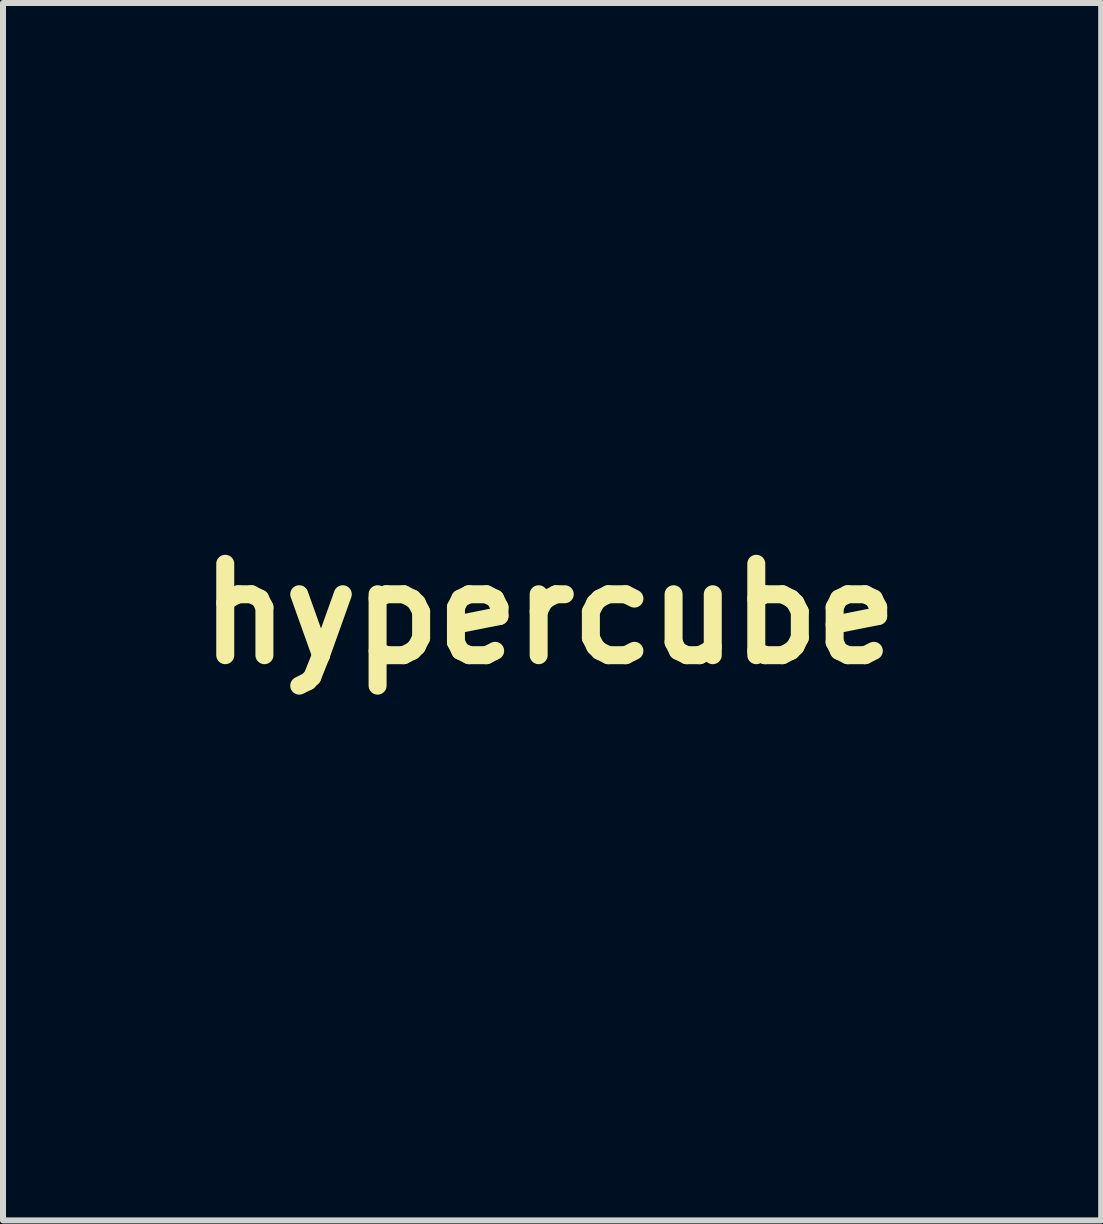
<source format=kicad_pcb>
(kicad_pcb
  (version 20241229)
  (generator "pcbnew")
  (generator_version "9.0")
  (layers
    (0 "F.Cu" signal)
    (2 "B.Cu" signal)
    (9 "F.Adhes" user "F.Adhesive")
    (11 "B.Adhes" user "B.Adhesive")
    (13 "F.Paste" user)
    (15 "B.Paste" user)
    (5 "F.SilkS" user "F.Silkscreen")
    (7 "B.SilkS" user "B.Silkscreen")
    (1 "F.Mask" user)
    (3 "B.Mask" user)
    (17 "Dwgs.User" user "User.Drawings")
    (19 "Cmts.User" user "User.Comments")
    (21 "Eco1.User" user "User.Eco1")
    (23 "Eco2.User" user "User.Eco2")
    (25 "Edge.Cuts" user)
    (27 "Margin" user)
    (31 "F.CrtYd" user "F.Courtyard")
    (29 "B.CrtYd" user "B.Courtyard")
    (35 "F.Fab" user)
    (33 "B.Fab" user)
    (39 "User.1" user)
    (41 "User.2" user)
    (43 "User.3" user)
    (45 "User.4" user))
  (footprint "hypercube"
    (layer "F.Cu")
    (at 6.112 7.184)
    (property "Reference" "hypercube" (at 0 0 0) (layer "F.SilkS") (effects (font (size 1.524 1.524) (thickness 0.3))))
    (attr through_hole)
    (fp_poly (pts (xy -2.229 0.768) (xy -2.032 0.776) (xy -2.021 1.065) (xy -2.01 1.355) (xy -2.088 1.355) (xy -2.164 1.359) (xy -2.263 1.368) (xy -2.296 1.373) (xy -2.427 1.391) (xy -2.427 0.76) (xy -2.229 0.768)) (stroke (width 0.01) (type solid)) (fill yes) (layer "F.Mask"))
    (fp_poly (pts (xy 0.261 -1.891) (xy 0.442 -1.889) (xy 0.652 -1.885) (xy 0.865 -1.879) (xy 1.039 -1.872) (xy 1.444 -1.854) (xy 1.426 -1.752) (xy 1.404 -1.652) (xy 1.378 -1.549) (xy 1.377 -1.545) (xy 1.346 -1.439) (xy 1.033 -1.446) (xy 0.881 -1.449) (xy 0.696 -1.452) (xy 0.5 -1.456) (xy 0.316 -1.46) (xy 0.303 -1.46) (xy -0.113 -1.469) (xy -0.113 -1.891) (xy 0.261 -1.891)) (stroke (width 0.01) (type solid)) (fill yes) (layer "F.Mask"))
    (fp_poly (pts (xy 3.704 -0.536) (xy 3.802 -0.532) (xy 3.878 -0.524) (xy 3.912 -0.515) (xy 3.925 -0.478) (xy 3.938 -0.391) (xy 3.95 -0.257) (xy 3.96 -0.083) (xy 3.963 -0.024) (xy 3.983 0.446) (xy 3.783 0.576) (xy 3.691 0.635) (xy 3.619 0.68) (xy 3.578 0.704) (xy 3.574 0.706) (xy 3.569 0.679) (xy 3.562 0.607) (xy 3.554 0.501) (xy 3.547 0.37) (xy 3.546 0.362) (xy 3.538 0.193) (xy 3.532 0.009) (xy 3.529 -0.163) (xy 3.528 -0.258) (xy 3.528 -0.536) (xy 3.704 -0.536)) (stroke (width 0.01) (type solid)) (fill yes) (layer "F.Mask"))
    (fp_poly (pts (xy -1.196 -1.951) (xy -0.896 -1.937) (xy -0.48 -1.913) (xy -0.48 -1.496) (xy -0.811 -1.501) (xy -0.984 -1.505) (xy -1.174 -1.511) (xy -1.354 -1.52) (xy -1.439 -1.525) (xy -1.607 -1.535) (xy -1.797 -1.543) (xy -1.974 -1.548) (xy -2.025 -1.549) (xy -2.155 -1.551) (xy -2.239 -1.555) (xy -2.286 -1.564) (xy -2.308 -1.579) (xy -2.314 -1.604) (xy -2.314 -1.617) (xy -2.29 -1.688) (xy -2.225 -1.766) (xy -2.133 -1.84) (xy -2.025 -1.897) (xy -2.004 -1.905) (xy -1.882 -1.933) (xy -1.707 -1.95) (xy -1.478 -1.956) (xy -1.196 -1.951)) (stroke (width 0.01) (type solid)) (fill yes) (layer "F.Mask"))
    (fp_poly (pts (xy 2.319 -0.615) (xy 2.328 -0.569) (xy 2.33 -0.487) (xy 2.324 -0.395) (xy 2.306 -0.212) (xy 2.038 0.079) (xy 1.903 0.221) (xy 1.797 0.324) (xy 1.711 0.393) (xy 1.638 0.433) (xy 1.573 0.451) (xy 1.547 0.452) (xy 1.478 0.47) (xy 1.411 0.508) (xy 1.344 0.553) (xy 1.305 0.559) (xy 1.285 0.529) (xy 1.277 0.46) (xy 1.303 0.385) (xy 1.366 0.295) (xy 1.443 0.209) (xy 1.544 0.102) (xy 1.658 -0.022) (xy 1.762 -0.136) (xy 1.766 -0.141) (xy 1.887 -0.272) (xy 2.005 -0.389) (xy 2.113 -0.488) (xy 2.205 -0.563) (xy 2.274 -0.609) (xy 2.314 -0.619) (xy 2.319 -0.615)) (stroke (width 0.01) (type solid)) (fill yes) (layer "F.Mask"))
    (fp_poly (pts (xy -0.253 -4.171) (xy -0.251 -3.958) (xy -0.243 -3.725) (xy -0.232 -3.484) (xy -0.218 -3.248) (xy -0.201 -3.028) (xy -0.183 -2.837) (xy -0.164 -2.686) (xy -0.158 -2.649) (xy -0.143 -2.551) (xy -0.134 -2.443) (xy -0.128 -2.313) (xy -0.126 -2.155) (xy -0.128 -1.957) (xy -0.133 -1.742) (xy -0.139 -1.53) (xy -0.144 -1.368) (xy -0.15 -1.247) (xy -0.156 -1.161) (xy -0.165 -1.102) (xy -0.177 -1.063) (xy -0.192 -1.037) (xy -0.209 -1.019) (xy -0.281 -0.97) (xy -0.342 -0.945) (xy -0.416 -0.927) (xy -0.434 -1.261) (xy -0.441 -1.435) (xy -0.447 -1.636) (xy -0.45 -1.834) (xy -0.45 -1.947) (xy -0.452 -2.093) (xy -0.458 -2.227) (xy -0.467 -2.334) (xy -0.479 -2.399) (xy -0.488 -2.454) (xy -0.5 -2.557) (xy -0.514 -2.697) (xy -0.527 -2.868) (xy -0.541 -3.058) (xy -0.55 -3.203) (xy -0.562 -3.417) (xy -0.575 -3.629) (xy -0.586 -3.828) (xy -0.596 -4.003) (xy -0.604 -4.139) (xy -0.607 -4.194) (xy -0.624 -4.478) (xy -0.439 -4.484) (xy -0.254 -4.49) (xy -0.253 -4.171)) (stroke (width 0.01) (type solid)) (fill yes) (layer "F.Mask"))
    (fp_poly (pts (xy -1.112 3.553) (xy -0.864 3.566) (xy -0.586 3.587) (xy -0.286 3.616) (xy -0.014 3.646) (xy 0.128 3.66) (xy 0.3 3.67) (xy 0.473 3.676) (xy 0.557 3.677) (xy 0.697 3.678) (xy 0.789 3.682) (xy 0.843 3.69) (xy 0.869 3.704) (xy 0.874 3.722) (xy 0.864 3.779) (xy 0.84 3.862) (xy 0.807 3.955) (xy 0.772 4.042) (xy 0.741 4.107) (xy 0.719 4.134) (xy 0.719 4.134) (xy 0.683 4.135) (xy 0.6 4.133) (xy 0.481 4.129) (xy 0.335 4.124) (xy 0.212 4.119) (xy 0.004 4.108) (xy -0.229 4.094) (xy -0.463 4.077) (xy -0.672 4.059) (xy -0.72 4.055) (xy -0.918 4.037) (xy -1.138 4.019) (xy -1.356 4.004) (xy -1.546 3.992) (xy -1.575 3.991) (xy -1.736 3.982) (xy -1.848 3.973) (xy -1.919 3.963) (xy -1.955 3.951) (xy -1.964 3.936) (xy -1.963 3.93) (xy -1.948 3.87) (xy -1.947 3.853) (xy -1.925 3.801) (xy -1.868 3.734) (xy -1.789 3.665) (xy -1.705 3.606) (xy -1.629 3.57) (xy -1.613 3.566) (xy -1.493 3.553) (xy -1.324 3.548) (xy -1.112 3.553)) (stroke (width 0.01) (type solid)) (fill yes) (layer "F.Mask"))
    (fp_poly (pts (xy 2.846 -7.178) (xy 3.262 -7.171) (xy 3.635 -7.158) (xy 3.962 -7.138) (xy 4.239 -7.111) (xy 4.332 -7.099) (xy 4.444 -7.087) (xy 4.6 -7.074) (xy 4.787 -7.063) (xy 4.993 -7.052) (xy 5.204 -7.044) (xy 5.288 -7.042) (xy 5.479 -7.036) (xy 5.653 -7.029) (xy 5.802 -7.021) (xy 5.916 -7.013) (xy 5.988 -7.005) (xy 6.007 -7) (xy 6.07 -6.972) (xy 6.123 -6.95) (xy 6.192 -6.924) (xy 6.095 -6.874) (xy 5.992 -6.84) (xy 5.848 -6.819) (xy 5.675 -6.813) (xy 5.485 -6.82) (xy 5.362 -6.833) (xy 5.226 -6.845) (xy 5.067 -6.851) (xy 4.917 -6.849) (xy 4.905 -6.848) (xy 4.758 -6.846) (xy 4.601 -6.85) (xy 4.464 -6.86) (xy 4.454 -6.861) (xy 4.263 -6.884) (xy 4.092 -6.902) (xy 3.93 -6.917) (xy 3.77 -6.928) (xy 3.6 -6.936) (xy 3.411 -6.941) (xy 3.195 -6.945) (xy 2.941 -6.947) (xy 2.64 -6.947) (xy 2.639 -6.947) (xy 2.365 -6.947) (xy 2.082 -6.945) (xy 1.799 -6.941) (xy 1.53 -6.936) (xy 1.285 -6.93) (xy 1.077 -6.923) (xy 0.96 -6.918) (xy 0.641 -6.903) (xy 0.375 -6.89) (xy 0.156 -6.88) (xy -0.021 -6.873) (xy -0.161 -6.868) (xy -0.267 -6.866) (xy -0.345 -6.866) (xy -0.399 -6.869) (xy -0.434 -6.875) (xy -0.455 -6.883) (xy -0.466 -6.893) (xy -0.471 -6.903) (xy -0.479 -6.945) (xy -0.469 -6.98) (xy -0.435 -7.011) (xy -0.373 -7.037) (xy -0.28 -7.059) (xy -0.151 -7.078) (xy 0.017 -7.095) (xy 0.23 -7.11) (xy 0.49 -7.124) (xy 0.802 -7.138) (xy 0.847 -7.14) (xy 1.389 -7.16) (xy 1.906 -7.173) (xy 2.393 -7.179) (xy 2.846 -7.178)) (stroke (width 0.01) (type solid)) (fill yes) (layer "F.Mask"))
    (fp_poly (pts (xy -0.494 -7.021) (xy -0.5 -6.982) (xy -0.505 -6.904) (xy -0.482 -6.855) (xy -0.457 -6.833) (xy -0.432 -6.807) (xy -0.412 -6.766) (xy -0.397 -6.701) (xy -0.383 -6.602) (xy -0.369 -6.458) (xy -0.367 -6.435) (xy -0.353 -6.282) (xy -0.339 -6.133) (xy -0.326 -6.006) (xy -0.316 -5.925) (xy -0.309 -5.842) (xy -0.303 -5.717) (xy -0.299 -5.563) (xy -0.297 -5.395) (xy -0.296 -5.304) (xy -0.296 -4.84) (xy -0.443 -4.832) (xy -0.534 -4.83) (xy -0.587 -4.843) (xy -0.616 -4.873) (xy -0.617 -4.876) (xy -0.625 -4.918) (xy -0.632 -5.011) (xy -0.639 -5.15) (xy -0.645 -5.329) (xy -0.65 -5.544) (xy -0.653 -5.788) (xy -0.654 -5.89) (xy -0.663 -6.852) (xy -0.755 -6.749) (xy -0.808 -6.686) (xy -0.841 -6.64) (xy -0.847 -6.628) (xy -0.871 -6.612) (xy -0.931 -6.594) (xy -0.943 -6.592) (xy -1.031 -6.564) (xy -1.105 -6.523) (xy -1.276 -6.398) (xy -1.46 -6.276) (xy -1.639 -6.168) (xy -1.759 -6.104) (xy -1.877 -6.042) (xy -1.994 -5.976) (xy -2.086 -5.919) (xy -2.088 -5.918) (xy -2.211 -5.832) (xy -2.354 -5.729) (xy -2.504 -5.617) (xy -2.649 -5.507) (xy -2.775 -5.408) (xy -2.87 -5.33) (xy -2.877 -5.324) (xy -2.946 -5.269) (xy -3.052 -5.19) (xy -3.181 -5.097) (xy -3.325 -4.996) (xy -3.422 -4.93) (xy -3.561 -4.835) (xy -3.688 -4.745) (xy -3.793 -4.667) (xy -3.868 -4.608) (xy -3.898 -4.58) (xy -3.929 -4.539) (xy -3.922 -4.531) (xy -3.881 -4.554) (xy -3.838 -4.588) (xy -3.795 -4.604) (xy -3.702 -4.618) (xy -3.556 -4.632) (xy -3.357 -4.646) (xy -3.175 -4.655) (xy -2.988 -4.665) (xy -2.815 -4.675) (xy -2.665 -4.685) (xy -2.55 -4.694) (xy -2.477 -4.701) (xy -2.463 -4.703) (xy -2.401 -4.71) (xy -2.297 -4.719) (xy -2.163 -4.728) (xy -2.015 -4.736) (xy -1.988 -4.737) (xy -1.603 -4.755) (xy -1.496 -5.009) (xy -1.437 -5.146) (xy -1.374 -5.286) (xy -1.317 -5.407) (xy -1.302 -5.439) (xy -1.244 -5.57) (xy -1.181 -5.735) (xy -1.121 -5.912) (xy -1.071 -6.079) (xy -1.059 -6.124) (xy -1.024 -6.229) (xy -0.975 -6.341) (xy -0.918 -6.443) (xy -0.863 -6.519) (xy -0.828 -6.55) (xy -0.768 -6.573) (xy -0.733 -6.561) (xy -0.724 -6.509) (xy -0.738 -6.413) (xy -0.775 -6.276) (xy -0.814 -6.142) (xy -0.853 -6.006) (xy -0.886 -5.894) (xy -0.893 -5.87) (xy -0.925 -5.773) (xy -0.973 -5.646) (xy -1.028 -5.512) (xy -1.05 -5.461) (xy -1.151 -5.228) (xy -1.229 -5.046) (xy -1.282 -4.913) (xy -1.312 -4.829) (xy -1.333 -4.762) (xy -0.335 -4.773) (xy -0.043 -4.776) (xy 0.201 -4.776) (xy 0.406 -4.775) (xy 0.581 -4.771) (xy 0.735 -4.765) (xy 0.876 -4.756) (xy 1.013 -4.744) (xy 1.115 -4.734) (xy 1.263 -4.719) (xy 1.432 -4.704) (xy 1.614 -4.69) (xy 1.8 -4.678) (xy 1.982 -4.667) (xy 2.151 -4.659) (xy 2.299 -4.653) (xy 2.418 -4.65) (xy 2.498 -4.651) (xy 2.533 -4.655) (xy 2.533 -4.657) (xy 2.541 -4.69) (xy 2.561 -4.743) (xy 2.608 -4.801) (xy 2.706 -4.869) (xy 2.798 -4.917) (xy 2.904 -4.974) (xy 3.04 -5.051) (xy 3.188 -5.139) (xy 3.33 -5.228) (xy 3.464 -5.312) (xy 3.632 -5.413) (xy 3.818 -5.523) (xy 4.007 -5.632) (xy 4.149 -5.713) (xy 4.316 -5.808) (xy 4.482 -5.903) (xy 4.633 -5.993) (xy 4.758 -6.07) (xy 4.842 -6.124) (xy 4.96 -6.199) (xy 5.105 -6.284) (xy 5.251 -6.364) (xy 5.305 -6.392) (xy 5.529 -6.51) (xy 5.704 -6.613) (xy 5.827 -6.7) (xy 5.851 -6.721) (xy 5.919 -6.753) (xy 5.991 -6.76) (xy 6.044 -6.753) (xy 6.069 -6.732) (xy 6.075 -6.683) (xy 6.072 -6.615) (xy 6.064 -6.524) (xy 6.05 -6.399) (xy 6.031 -6.262) (xy 6.023 -6.208) (xy 6.007 -6.071) (xy 5.994 -5.889) (xy 5.985 -5.659) (xy 5.979 -5.378) (xy 5.976 -5.121) (xy 5.975 -4.881) (xy 5.976 -4.603) (xy 5.977 -4.297) (xy 5.98 -3.97) (xy 5.983 -3.63) (xy 5.987 -3.284) (xy 5.992 -2.941) (xy 5.997 -2.609) (xy 6.003 -2.295) (xy 6.009 -2.007) (xy 6.015 -1.753) (xy 6.022 -1.541) (xy 6.027 -1.403) (xy 6.034 -1.224) (xy 6.035 -1.094) (xy 6.027 -1.005) (xy 6.007 -0.949) (xy 5.972 -0.918) (xy 5.92 -0.906) (xy 5.847 -0.903) (xy 5.839 -0.903) (xy 5.701 -0.903) (xy 5.701 -1.164) (xy 5.698 -1.296) (xy 5.692 -1.463) (xy 5.684 -1.643) (xy 5.673 -1.817) (xy 5.673 -1.82) (xy 5.665 -1.958) (xy 5.656 -2.139) (xy 5.649 -2.352) (xy 5.642 -2.583) (xy 5.636 -2.821) (xy 5.632 -3.02) (xy 5.628 -3.258) (xy 5.622 -3.506) (xy 5.614 -3.75) (xy 5.607 -3.975) (xy 5.598 -4.168) (xy 5.592 -4.29) (xy 5.584 -4.475) (xy 5.578 -4.684) (xy 5.576 -4.907) (xy 5.576 -5.133) (xy 5.579 -5.353) (xy 5.584 -5.557) (xy 5.591 -5.735) (xy 5.601 -5.875) (xy 5.613 -5.966) (xy 5.625 -6.042) (xy 5.629 -6.089) (xy 5.627 -6.096) (xy 5.608 -6.072) (xy 5.575 -6.011) (xy 5.537 -5.929) (xy 5.5 -5.841) (xy 5.475 -5.771) (xy 5.435 -5.657) (xy 5.375 -5.505) (xy 5.302 -5.329) (xy 5.221 -5.142) (xy 5.137 -4.957) (xy 5.058 -4.788) (xy 4.988 -4.646) (xy 4.956 -4.586) (xy 4.836 -4.355) (xy 4.71 -4.091) (xy 4.589 -3.815) (xy 4.481 -3.549) (xy 4.447 -3.457) (xy 4.394 -3.32) (xy 4.325 -3.157) (xy 4.251 -2.994) (xy 4.21 -2.907) (xy 4.102 -2.666) (xy 3.992 -2.383) (xy 3.879 -2.051) (xy 3.822 -1.871) (xy 3.802 -1.798) (xy 3.802 -1.767) (xy 3.822 -1.767) (xy 3.847 -1.762) (xy 3.846 -1.711) (xy 3.845 -1.709) (xy 3.828 -1.655) (xy 3.809 -1.637) (xy 3.786 -1.615) (xy 3.751 -1.563) (xy 3.718 -1.504) (xy 3.698 -1.457) (xy 3.697 -1.449) (xy 3.721 -1.441) (xy 3.749 -1.439) (xy 3.803 -1.43) (xy 3.82 -1.419) (xy 3.861 -1.404) (xy 3.917 -1.398) (xy 3.955 -1.395) (xy 3.979 -1.381) (xy 3.991 -1.342) (xy 3.998 -1.268) (xy 4.002 -1.178) (xy 4.01 -0.96) (xy 3.587 -0.96) (xy 3.57 -1.185) (xy 3.389 -1.044) (xy 3.286 -0.969) (xy 3.208 -0.925) (xy 3.14 -0.905) (xy 3.092 -0.901) (xy 3.004 -0.894) (xy 2.931 -0.88) (xy 2.921 -0.877) (xy 2.939 -0.872) (xy 3.006 -0.868) (xy 3.117 -0.862) (xy 3.265 -0.857) (xy 3.443 -0.851) (xy 3.644 -0.845) (xy 3.863 -0.839) (xy 4.092 -0.834) (xy 4.324 -0.829) (xy 4.554 -0.825) (xy 4.775 -0.821) (xy 4.98 -0.819) (xy 5.163 -0.818) (xy 5.263 -0.818) (xy 5.403 -0.815) (xy 5.547 -0.809) (xy 5.684 -0.8) (xy 5.805 -0.789) (xy 5.899 -0.777) (xy 5.954 -0.765) (xy 5.965 -0.756) (xy 5.932 -0.731) (xy 5.862 -0.691) (xy 5.766 -0.643) (xy 5.732 -0.627) (xy 5.518 -0.528) (xy 4.996 -0.562) (xy 4.825 -0.571) (xy 4.612 -0.579) (xy 4.37 -0.586) (xy 4.112 -0.592) (xy 3.852 -0.595) (xy 3.614 -0.596) (xy 3.37 -0.596) (xy 3.176 -0.596) (xy 3.027 -0.594) (xy 2.915 -0.591) (xy 2.836 -0.586) (xy 2.782 -0.579) (xy 2.748 -0.57) (xy 2.727 -0.558) (xy 2.715 -0.545) (xy 2.703 -0.521) (xy 2.694 -0.48) (xy 2.688 -0.415) (xy 2.685 -0.32) (xy 2.685 -0.19) (xy 2.688 -0.017) (xy 2.693 0.205) (xy 2.695 0.268) (xy 2.701 0.546) (xy 2.706 0.773) (xy 2.709 0.954) (xy 2.709 1.096) (xy 2.707 1.204) (xy 2.702 1.284) (xy 2.695 1.341) (xy 2.684 1.38) (xy 2.67 1.408) (xy 2.658 1.424) (xy 2.628 1.459) (xy 2.633 1.461) (xy 2.677 1.43) (xy 2.685 1.424) (xy 2.808 1.332) (xy 2.936 1.233) (xy 3.061 1.136) (xy 3.169 1.049) (xy 3.25 0.982) (xy 3.283 0.953) (xy 3.329 0.917) (xy 3.415 0.855) (xy 3.533 0.774) (xy 3.675 0.679) (xy 3.832 0.576) (xy 3.918 0.52) (xy 4.09 0.409) (xy 4.258 0.3) (xy 4.413 0.198) (xy 4.545 0.112) (xy 4.644 0.047) (xy 4.671 0.028) (xy 4.996 -0.184) (xy 5.294 -0.365) (xy 5.582 -0.522) (xy 5.663 -0.564) (xy 5.801 -0.631) (xy 5.898 -0.674) (xy 5.962 -0.695) (xy 6.003 -0.698) (xy 6.023 -0.69) (xy 6.063 -0.637) (xy 6.053 -0.571) (xy 5.992 -0.488) (xy 5.969 -0.464) (xy 5.912 -0.402) (xy 5.876 -0.354) (xy 5.87 -0.34) (xy 5.847 -0.317) (xy 5.782 -0.277) (xy 5.687 -0.224) (xy 5.587 -0.171) (xy 5.513 -0.131) (xy 5.407 -0.068) (xy 5.272 0.013) (xy 5.117 0.11) (xy 4.947 0.217) (xy 4.769 0.33) (xy 4.589 0.446) (xy 4.414 0.56) (xy 4.249 0.668) (xy 4.101 0.766) (xy 3.977 0.851) (xy 3.883 0.916) (xy 3.826 0.96) (xy 3.81 0.976) (xy 3.829 0.977) (xy 3.871 0.956) (xy 3.915 0.926) (xy 3.937 0.903) (xy 3.975 0.876) (xy 3.984 0.875) (xy 3.997 0.903) (xy 4.005 0.985) (xy 4.007 1.12) (xy 4.006 1.235) (xy 4.003 1.442) (xy 4.001 1.675) (xy 4.002 1.925) (xy 4.003 2.184) (xy 4.006 2.444) (xy 4.009 2.695) (xy 4.014 2.929) (xy 4.02 3.137) (xy 4.026 3.311) (xy 4.033 3.443) (xy 4.038 3.497) (xy 4.048 3.613) (xy 4.054 3.706) (xy 4.055 3.763) (xy 4.052 3.774) (xy 4.006 3.792) (xy 3.927 3.802) (xy 3.836 3.802) (xy 3.756 3.792) (xy 3.729 3.783) (xy 3.685 3.761) (xy 3.658 3.728) (xy 3.642 3.67) (xy 3.631 3.573) (xy 3.63 3.561) (xy 3.624 3.474) (xy 3.62 3.343) (xy 3.617 3.18) (xy 3.615 2.997) (xy 3.614 2.805) (xy 3.615 2.78) (xy 3.614 2.555) (xy 3.612 2.306) (xy 3.608 2.053) (xy 3.602 1.818) (xy 3.597 1.663) (xy 3.577 1.138) (xy 3.679 1.075) (xy 3.742 1.033) (xy 3.778 1.002) (xy 3.782 0.996) (xy 3.761 1.003) (xy 3.703 1.038) (xy 3.616 1.095) (xy 3.509 1.169) (xy 3.389 1.254) (xy 3.265 1.344) (xy 3.144 1.433) (xy 3.036 1.516) (xy 2.947 1.587) (xy 2.902 1.625) (xy 2.823 1.692) (xy 2.747 1.75) (xy 2.725 1.766) (xy 2.671 1.797) (xy 2.64 1.794) (xy 2.612 1.761) (xy 2.589 1.736) (xy 2.574 1.745) (xy 2.563 1.797) (xy 2.555 1.849) (xy 2.539 1.958) (xy 2.518 2.063) (xy 2.488 2.182) (xy 2.444 2.332) (xy 2.429 2.385) (xy 2.4 2.482) (xy 2.361 2.619) (xy 2.315 2.78) (xy 2.268 2.951) (xy 2.245 3.034) (xy 2.201 3.191) (xy 2.161 3.335) (xy 2.126 3.454) (xy 2.101 3.536) (xy 2.091 3.565) (xy 2.069 3.627) (xy 2.06 3.664) (xy 2.087 3.672) (xy 2.158 3.68) (xy 2.263 3.686) (xy 2.364 3.689) (xy 2.557 3.694) (xy 2.761 3.703) (xy 2.965 3.715) (xy 3.162 3.73) (xy 3.341 3.746) (xy 3.495 3.762) (xy 3.614 3.779) (xy 3.688 3.795) (xy 3.703 3.8) (xy 3.775 3.822) (xy 3.875 3.836) (xy 3.935 3.838) (xy 4.002 3.837) (xy 4.053 3.829) (xy 4.094 3.806) (xy 4.129 3.761) (xy 4.166 3.686) (xy 4.209 3.574) (xy 4.264 3.417) (xy 4.27 3.4) (xy 4.318 3.27) (xy 4.38 3.106) (xy 4.45 2.926) (xy 4.521 2.75) (xy 4.544 2.695) (xy 4.696 2.325) (xy 4.828 2.002) (xy 4.943 1.72) (xy 5.043 1.474) (xy 5.128 1.26) (xy 5.203 1.07) (xy 5.268 0.902) (xy 5.326 0.748) (xy 5.379 0.604) (xy 5.429 0.465) (xy 5.508 0.25) (xy 5.576 0.087) (xy 5.636 -0.028) (xy 5.687 -0.098) (xy 5.734 -0.126) (xy 5.744 -0.127) (xy 5.793 -0.105) (xy 5.807 -0.04) (xy 5.784 0.068) (xy 5.757 0.144) (xy 5.728 0.219) (xy 5.685 0.335) (xy 5.631 0.482) (xy 5.571 0.649) (xy 5.508 0.824) (xy 5.504 0.833) (xy 5.436 1.021) (xy 5.366 1.215) (xy 5.298 1.399) (xy 5.238 1.557) (xy 5.197 1.665) (xy 5.087 1.949) (xy 4.994 2.188) (xy 4.913 2.393) (xy 4.842 2.573) (xy 4.777 2.735) (xy 4.747 2.808) (xy 4.685 2.962) (xy 4.622 3.122) (xy 4.56 3.279) (xy 4.504 3.424) (xy 4.458 3.548) (xy 4.423 3.642) (xy 4.405 3.697) (xy 4.403 3.706) (xy 4.392 3.739) (xy 4.364 3.808) (xy 4.325 3.898) (xy 4.283 3.994) (xy 4.242 4.082) (xy 4.227 4.113) (xy 4.181 4.163) (xy 4.107 4.205) (xy 4.096 4.209) (xy 4.032 4.244) (xy 3.939 4.317) (xy 3.815 4.43) (xy 3.657 4.585) (xy 3.627 4.615) (xy 3.498 4.745) (xy 3.37 4.871) (xy 3.253 4.984) (xy 3.158 5.074) (xy 3.104 5.121) (xy 3.004 5.212) (xy 2.872 5.336) (xy 2.719 5.485) (xy 2.552 5.65) (xy 2.379 5.824) (xy 2.208 5.998) (xy 2.048 6.163) (xy 1.907 6.313) (xy 1.793 6.438) (xy 1.736 6.503) (xy 1.634 6.62) (xy 1.559 6.699) (xy 1.504 6.745) (xy 1.459 6.767) (xy 1.431 6.772) (xy 1.352 6.784) (xy 1.261 6.812) (xy 1.25 6.816) (xy 1.18 6.839) (xy 1.132 6.841) (xy 1.125 6.837) (xy 1.107 6.8) (xy 1.08 6.726) (xy 1.055 6.646) (xy 1.052 6.631) (xy 1.123 6.631) (xy 1.125 6.632) (xy 1.158 6.614) (xy 1.208 6.568) (xy 1.214 6.562) (xy 1.253 6.515) (xy 1.264 6.492) (xy 1.262 6.491) (xy 1.232 6.509) (xy 1.182 6.553) (xy 1.174 6.562) (xy 1.133 6.608) (xy 1.123 6.631) (xy 1.052 6.631) (xy 1.047 6.611) (xy 1.039 6.569) (xy 1.032 6.515) (xy 1.026 6.447) (xy 1.021 6.36) (xy 1.02 6.334) (xy 1.391 6.334) (xy 1.393 6.333) (xy 1.43 6.297) (xy 1.495 6.23) (xy 1.583 6.138) (xy 1.691 6.026) (xy 1.691 6.025) (xy 1.838 5.873) (xy 2.005 5.704) (xy 2.174 5.535) (xy 2.33 5.384) (xy 2.382 5.334) (xy 2.52 5.202) (xy 2.682 5.045) (xy 2.853 4.876) (xy 3.019 4.713) (xy 3.119 4.613) (xy 3.246 4.486) (xy 3.365 4.369) (xy 3.468 4.27) (xy 3.548 4.195) (xy 3.596 4.154) (xy 3.598 4.152) (xy 3.646 4.115) (xy 3.649 4.107) (xy 3.612 4.123) (xy 3.553 4.159) (xy 3.523 4.187) (xy 3.506 4.2) (xy 3.474 4.209) (xy 3.42 4.214) (xy 3.336 4.213) (xy 3.216 4.207) (xy 3.055 4.197) (xy 2.844 4.181) (xy 2.813 4.179) (xy 2.537 4.161) (xy 2.31 4.153) (xy 2.133 4.156) (xy 2.007 4.168) (xy 1.935 4.19) (xy 1.92 4.204) (xy 1.901 4.254) (xy 1.883 4.336) (xy 1.877 4.372) (xy 1.861 4.452) (xy 1.833 4.569) (xy 1.798 4.706) (xy 1.764 4.826) (xy 1.678 5.127) (xy 1.607 5.379) (xy 1.55 5.587) (xy 1.506 5.756) (xy 1.475 5.89) (xy 1.454 5.994) (xy 1.442 6.073) (xy 1.439 6.128) (xy 1.426 6.258) (xy 1.391 6.334) (xy 1.02 6.334) (xy 1.017 6.25) (xy 1.013 6.114) (xy 1.01 5.947) (xy 1.007 5.747) (xy 1.004 5.509) (xy 1.002 5.229) (xy 0.999 4.903) (xy 0.997 4.528) (xy 0.995 4.17) (xy 0.982 1.863) (xy 1.417 1.863) (xy 1.407 3.54) (xy 1.405 3.84) (xy 1.405 4.121) (xy 1.405 4.378) (xy 1.406 4.606) (xy 1.407 4.801) (xy 1.409 4.959) (xy 1.412 5.074) (xy 1.415 5.142) (xy 1.419 5.158) (xy 1.44 5.096) (xy 1.47 4.996) (xy 1.507 4.871) (xy 1.548 4.731) (xy 1.589 4.587) (xy 1.627 4.45) (xy 1.659 4.331) (xy 1.682 4.242) (xy 1.693 4.193) (xy 1.693 4.188) (xy 1.685 4.163) (xy 1.649 4.176) (xy 1.638 4.183) (xy 1.588 4.203) (xy 1.562 4.184) (xy 1.558 4.121) (xy 1.565 4.076) (xy 1.696 4.076) (xy 1.701 4.112) (xy 1.71 4.113) (xy 1.717 4.075) (xy 1.713 4.059) (xy 1.702 4.05) (xy 3.697 4.05) (xy 3.711 4.064) (xy 3.725 4.05) (xy 3.711 4.036) (xy 3.697 4.05) (xy 1.702 4.05) (xy 1.7 4.048) (xy 1.696 4.076) (xy 1.565 4.076) (xy 1.573 4.025) (xy 3.754 4.025) (xy 3.767 4.034) (xy 3.805 3.997) (xy 3.814 3.986) (xy 3.838 3.953) (xy 3.823 3.96) (xy 3.803 3.976) (xy 3.764 4.011) (xy 3.754 4.025) (xy 1.573 4.025) (xy 1.576 4.009) (xy 1.577 4) (xy 1.582 3.979) (xy 1.722 3.979) (xy 1.732 4.003) (xy 1.74 3.998) (xy 1.744 3.965) (xy 1.74 3.961) (xy 1.724 3.964) (xy 1.722 3.979) (xy 1.582 3.979) (xy 1.593 3.932) (xy 3.876 3.932) (xy 3.88 3.949) (xy 3.895 3.951) (xy 3.918 3.941) (xy 3.913 3.932) (xy 3.88 3.929) (xy 3.876 3.932) (xy 1.593 3.932) (xy 1.598 3.912) (xy 3.951 3.912) (xy 3.975 3.921) (xy 4.008 3.923) (xy 4.053 3.912) (xy 4.064 3.897) (xy 4.042 3.883) (xy 4.008 3.886) (xy 3.962 3.903) (xy 3.951 3.912) (xy 1.598 3.912) (xy 1.602 3.893) (xy 1.757 3.893) (xy 1.761 3.895) (xy 1.786 3.875) (xy 1.792 3.866) (xy 1.799 3.84) (xy 1.795 3.838) (xy 1.77 3.858) (xy 1.764 3.866) (xy 1.757 3.893) (xy 1.602 3.893) (xy 1.607 3.871) (xy 1.636 3.789) (xy 1.669 3.744) (xy 1.712 3.729) (xy 1.744 3.731) (xy 1.779 3.732) (xy 1.805 3.719) (xy 1.83 3.684) (xy 1.858 3.617) (xy 1.895 3.509) (xy 1.912 3.457) (xy 1.962 3.299) (xy 2.015 3.122) (xy 2.063 2.957) (xy 2.076 2.907) (xy 2.131 2.711) (xy 2.187 2.52) (xy 2.241 2.347) (xy 2.289 2.204) (xy 2.328 2.102) (xy 2.33 2.095) (xy 2.361 2.004) (xy 2.386 1.9) (xy 2.388 1.883) (xy 2.406 1.795) (xy 2.428 1.725) (xy 2.433 1.712) (xy 2.45 1.66) (xy 2.432 1.648) (xy 2.386 1.678) (xy 2.373 1.691) (xy 2.316 1.734) (xy 2.271 1.75) (xy 2.22 1.762) (xy 2.144 1.793) (xy 2.118 1.805) (xy 2.069 1.827) (xy 2.017 1.842) (xy 1.949 1.851) (xy 1.856 1.854) (xy 1.726 1.852) (xy 1.604 1.849) (xy 1.482 1.846) (xy 1.313 1.842) (xy 1.106 1.838) (xy 0.87 1.833) (xy 0.615 1.829) (xy 0.351 1.824) (xy 0.085 1.82) (xy 0.085 1.82) (xy -0.162 1.816) (xy -0.392 1.812) (xy -0.6 1.807) (xy -0.778 1.802) (xy -0.92 1.798) (xy -1.02 1.794) (xy -1.072 1.79) (xy -1.077 1.789) (xy -1.117 1.806) (xy -1.166 1.874) (xy -1.222 1.989) (xy -1.284 2.146) (xy -1.311 2.225) (xy -1.343 2.306) (xy -1.395 2.422) (xy -1.461 2.558) (xy -1.533 2.7) (xy -1.543 2.717) (xy -1.62 2.867) (xy -1.695 3.021) (xy -1.761 3.161) (xy -1.809 3.271) (xy -1.81 3.274) (xy -1.855 3.381) (xy -1.896 3.474) (xy -1.927 3.535) (xy -1.931 3.542) (xy -1.965 3.612) (xy -1.987 3.682) (xy -2.023 3.762) (xy -2.076 3.828) (xy -2.124 3.887) (xy -2.146 3.941) (xy -2.146 3.943) (xy -2.168 3.987) (xy -2.223 4.046) (xy -2.266 4.081) (xy -2.553 4.293) (xy -2.802 4.478) (xy -3.02 4.642) (xy -3.214 4.79) (xy -3.391 4.93) (xy -3.56 5.066) (xy -3.726 5.204) (xy -3.898 5.35) (xy -4.083 5.511) (xy -4.288 5.691) (xy -4.319 5.719) (xy -4.458 5.841) (xy -4.593 5.957) (xy -4.715 6.061) (xy -4.814 6.142) (xy -4.877 6.19) (xy -4.956 6.252) (xy -5.018 6.304) (xy -5.045 6.333) (xy -5.099 6.387) (xy -5.181 6.436) (xy -5.268 6.468) (xy -5.335 6.474) (xy -5.381 6.466) (xy -5.376 6.476) (xy -5.352 6.492) (xy -5.323 6.501) (xy -5.261 6.507) (xy -5.163 6.512) (xy -5.025 6.516) (xy -4.845 6.518) (xy -4.618 6.518) (xy -4.342 6.517) (xy -4.026 6.515) (xy -3.533 6.514) (xy -3.063 6.516) (xy -2.62 6.523) (xy -2.209 6.534) (xy -1.836 6.549) (xy -1.504 6.568) (xy -1.22 6.591) (xy -1.002 6.615) (xy -0.857 6.632) (xy -0.677 6.65) (xy -0.481 6.668) (xy -0.29 6.683) (xy -0.24 6.687) (xy 0.097 6.71) (xy 0.38 6.73) (xy 0.611 6.747) (xy 0.792 6.76) (xy 0.926 6.771) (xy 1.014 6.778) (xy 1.058 6.783) (xy 1.065 6.785) (xy 1.073 6.814) (xy 1.079 6.856) (xy 1.075 6.894) (xy 1.045 6.931) (xy 0.981 6.974) (xy 0.904 7.016) (xy 0.804 7.063) (xy 0.713 7.096) (xy 0.652 7.108) (xy 0.65 7.108) (xy 0.601 7.106) (xy 0.505 7.1) (xy 0.372 7.092) (xy 0.212 7.083) (xy 0.035 7.072) (xy 0 7.07) (xy -0.226 7.055) (xy -0.485 7.035) (xy -0.753 7.013) (xy -1.008 6.991) (xy -1.171 6.975) (xy -1.411 6.953) (xy -1.679 6.932) (xy -1.967 6.913) (xy -2.266 6.896) (xy -2.565 6.882) (xy -2.856 6.87) (xy -3.13 6.862) (xy -3.376 6.858) (xy -3.586 6.857) (xy -3.751 6.862) (xy -3.768 6.862) (xy -3.899 6.868) (xy -4.073 6.873) (xy -4.275 6.878) (xy -4.491 6.881) (xy -4.706 6.883) (xy -4.764 6.884) (xy -4.982 6.884) (xy -5.152 6.883) (xy -5.279 6.879) (xy -5.372 6.873) (xy -5.438 6.864) (xy -5.484 6.852) (xy -5.507 6.842) (xy -5.564 6.805) (xy -5.58 6.762) (xy -5.573 6.708) (xy -5.545 6.625) (xy -5.509 6.562) (xy -5.5 6.546) (xy -5.525 6.567) (xy -5.556 6.597) (xy -5.614 6.652) (xy -5.657 6.684) (xy -5.667 6.688) (xy -5.712 6.666) (xy -5.767 6.616) (xy -5.811 6.558) (xy -5.824 6.532) (xy -5.828 6.491) (xy -5.833 6.401) (xy -5.838 6.269) (xy -5.843 6.101) (xy -5.848 5.906) (xy -5.853 5.689) (xy -5.855 5.538) (xy -5.855 5.517) (xy -5.384 5.517) (xy -5.369 5.877) (xy -5.355 6.236) (xy -5.277 6.18) (xy -5.227 6.14) (xy -5.147 6.07) (xy -5.048 5.98) (xy -4.938 5.878) (xy -4.921 5.862) (xy -4.548 5.513) (xy -4.207 5.205) (xy -3.894 4.931) (xy -3.605 4.69) (xy -3.5 4.605) (xy -3.344 4.481) (xy -3.18 4.351) (xy -3.022 4.225) (xy -2.885 4.115) (xy -2.817 4.061) (xy -2.698 3.968) (xy -2.613 3.906) (xy -2.552 3.871) (xy -2.504 3.855) (xy -2.462 3.855) (xy -2.457 3.856) (xy -2.371 3.87) (xy -2.386 2.916) (xy -2.39 2.685) (xy -2.394 2.469) (xy -2.398 2.276) (xy -2.403 2.112) (xy -2.406 1.984) (xy -2.41 1.901) (xy -2.412 1.873) (xy -2.415 1.819) (xy -2.398 1.79) (xy -2.346 1.775) (xy -2.294 1.767) (xy -2.195 1.756) (xy -2.105 1.75) (xy -2.085 1.75) (xy -2.004 1.75) (xy -1.997 2.237) (xy -1.995 2.41) (xy -1.993 2.577) (xy -1.992 2.723) (xy -1.991 2.836) (xy -1.99 2.883) (xy -1.989 2.968) (xy -1.985 3.023) (xy -1.981 3.035) (xy -1.955 2.995) (xy -1.909 2.914) (xy -1.849 2.801) (xy -1.779 2.665) (xy -1.704 2.516) (xy -1.629 2.363) (xy -1.559 2.216) (xy -1.497 2.084) (xy -1.45 1.977) (xy -1.429 1.926) (xy -1.361 1.75) (xy -1.647 1.744) (xy -1.942 1.74) (xy -2.197 1.74) (xy -2.428 1.747) (xy -2.652 1.76) (xy -2.875 1.778) (xy -3.078 1.792) (xy -3.27 1.798) (xy -3.442 1.796) (xy -3.585 1.786) (xy -3.69 1.768) (xy -3.746 1.745) (xy -3.772 1.735) (xy -3.781 1.772) (xy -3.782 1.796) (xy -3.796 1.87) (xy -3.832 1.961) (xy -3.849 1.994) (xy -3.906 2.102) (xy -3.974 2.244) (xy -4.046 2.406) (xy -4.117 2.572) (xy -4.179 2.727) (xy -4.227 2.857) (xy -4.247 2.921) (xy -4.312 3.126) (xy -4.4 3.37) (xy -4.508 3.643) (xy -4.632 3.935) (xy -4.768 4.235) (xy -4.841 4.389) (xy -4.907 4.529) (xy -4.969 4.669) (xy -5.021 4.792) (xy -5.049 4.867) (xy -5.091 4.97) (xy -5.152 5.098) (xy -5.22 5.23) (xy -5.246 5.277) (xy -5.384 5.517) (xy -5.855 5.517) (xy -5.863 5.084) (xy -5.875 4.671) (xy -5.89 4.28) (xy -5.91 3.896) (xy -5.936 3.501) (xy -5.967 3.078) (xy -5.969 3.062) (xy -5.979 2.901) (xy -5.989 2.697) (xy -5.999 2.46) (xy -6.007 2.205) (xy -6.013 1.943) (xy -6.017 1.687) (xy -6.017 1.63) (xy -6.02 1.35) (xy -6.025 1.125) (xy -6.03 0.95) (xy -6.036 0.825) (xy -6.044 0.745) (xy -6.049 0.723) (xy -5.627 0.723) (xy -5.599 0.735) (xy -5.579 0.763) (xy -5.566 0.817) (xy -5.556 0.91) (xy -5.55 0.994) (xy -5.544 1.104) (xy -5.539 1.257) (xy -5.535 1.438) (xy -5.532 1.634) (xy -5.531 1.83) (xy -5.531 1.832) (xy -5.529 2.039) (xy -5.521 2.284) (xy -5.511 2.548) (xy -5.497 2.812) (xy -5.481 3.059) (xy -5.476 3.119) (xy -5.459 3.358) (xy -5.442 3.621) (xy -5.426 3.888) (xy -5.413 4.142) (xy -5.403 4.362) (xy -5.402 4.411) (xy -5.395 4.584) (xy -5.387 4.735) (xy -5.378 4.856) (xy -5.37 4.938) (xy -5.362 4.975) (xy -5.36 4.975) (xy -5.34 4.94) (xy -5.307 4.866) (xy -5.265 4.767) (xy -5.25 4.727) (xy -5.195 4.595) (xy -5.134 4.457) (xy -5.078 4.341) (xy -5.074 4.332) (xy -4.976 4.136) (xy -4.869 3.905) (xy -4.758 3.658) (xy -4.654 3.413) (xy -4.564 3.189) (xy -4.527 3.09) (xy -4.445 2.871) (xy -4.38 2.696) (xy -4.326 2.555) (xy -4.28 2.44) (xy -4.238 2.341) (xy -4.197 2.248) (xy -4.153 2.153) (xy -4.101 2.047) (xy -4.101 2.046) (xy -4.022 1.892) (xy -3.96 1.783) (xy -3.909 1.715) (xy -3.9 1.707) (xy -1.355 1.707) (xy -1.341 1.722) (xy -1.326 1.707) (xy -1.341 1.693) (xy -1.355 1.707) (xy -3.9 1.707) (xy -3.864 1.68) (xy -3.82 1.672) (xy -3.801 1.676) (xy -3.767 1.679) (xy -3.78 1.653) (xy -3.782 1.651) (xy -1.326 1.651) (xy -1.312 1.665) (xy -1.298 1.651) (xy -1.312 1.637) (xy -1.326 1.651) (xy -3.782 1.651) (xy -3.782 1.651) (xy -3.787 1.635) (xy 2.49 1.635) (xy 2.494 1.637) (xy 2.52 1.617) (xy 2.526 1.609) (xy 2.533 1.582) (xy 2.529 1.58) (xy 2.503 1.6) (xy 2.498 1.609) (xy 2.49 1.635) (xy -3.787 1.635) (xy -3.798 1.602) (xy -3.799 1.595) (xy -1.298 1.595) (xy -1.284 1.609) (xy -1.27 1.595) (xy -1.284 1.58) (xy -1.298 1.595) (xy -3.799 1.595) (xy -3.801 1.577) (xy -3.679 1.577) (xy -3.67 1.578) (xy -3.623 1.547) (xy -3.594 1.526) (xy -1.27 1.526) (xy -1.261 1.551) (xy -1.24 1.529) (xy -1.231 1.508) (xy -1.229 1.479) (xy -1.242 1.482) (xy -1.269 1.518) (xy -1.27 1.526) (xy -3.594 1.526) (xy -3.571 1.509) (xy -3.512 1.47) (xy -3.452 1.449) (xy -3.371 1.442) (xy -3.284 1.443) (xy -3.208 1.444) (xy -3.085 1.444) (xy -2.922 1.442) (xy -2.728 1.44) (xy -2.511 1.437) (xy -2.28 1.432) (xy -2.145 1.43) (xy -1.199 1.411) (xy -1.101 1.218) (xy -1.031 1.078) (xy -0.966 0.943) (xy -0.911 0.823) (xy -0.871 0.729) (xy -0.85 0.67) (xy -0.848 0.658) (xy -0.858 0.662) (xy -0.876 0.7) (xy -0.888 0.725) (xy -0.904 0.742) (xy -0.935 0.753) (xy -0.989 0.758) (xy -1.074 0.759) (xy -1.199 0.756) (xy -1.347 0.751) (xy -1.54 0.746) (xy -1.75 0.741) (xy -1.954 0.738) (xy -2.129 0.736) (xy -2.155 0.735) (xy -2.303 0.734) (xy -2.402 0.732) (xy -2.46 0.727) (xy -2.484 0.718) (xy -2.483 0.704) (xy -2.464 0.684) (xy -2.432 0.652) (xy -2.44 0.653) (xy -2.487 0.685) (xy -2.569 0.747) (xy -2.629 0.793) (xy -2.726 0.865) (xy -2.85 0.951) (xy -2.981 1.037) (xy -3.036 1.072) (xy -3.173 1.163) (xy -3.321 1.27) (xy -3.455 1.373) (xy -3.492 1.404) (xy -3.588 1.487) (xy -3.65 1.545) (xy -3.679 1.577) (xy -3.801 1.577) (xy -3.806 1.519) (xy -3.805 1.463) (xy -3.803 1.367) (xy -3.807 1.237) (xy -3.815 1.094) (xy -3.821 1.023) (xy -3.845 0.734) (xy -4.077 0.734) (xy -4.173 0.733) (xy -4.313 0.732) (xy -4.487 0.729) (xy -4.683 0.727) (xy -4.89 0.723) (xy -4.998 0.721) (xy -5.184 0.718) (xy -5.347 0.717) (xy -5.479 0.716) (xy -5.573 0.717) (xy -5.624 0.72) (xy -5.627 0.723) (xy -6.049 0.723) (xy -6.053 0.709) (xy -6.057 0.706) (xy -6.085 0.68) (xy -6.09 0.663) (xy -5.955 0.663) (xy -5.941 0.677) (xy -5.927 0.663) (xy -5.941 0.649) (xy -5.955 0.663) (xy -6.09 0.663) (xy -6.095 0.642) (xy -5.913 0.642) (xy -5.799 0.646) (xy -5.734 0.643) (xy -5.678 0.623) (xy -5.614 0.579) (xy -5.534 0.508) (xy -5.464 0.44) (xy -5.416 0.39) (xy -5.4 0.367) (xy -5.401 0.367) (xy -5.43 0.385) (xy -5.487 0.431) (xy -5.548 0.485) (xy -5.663 0.573) (xy -5.771 0.618) (xy -5.795 0.623) (xy -5.913 0.642) (xy -6.095 0.642) (xy -6.102 0.614) (xy -6.107 0.519) (xy -6.099 0.412) (xy -6.081 0.315) (xy -5.32 0.315) (xy -5.185 0.295) (xy -5.105 0.289) (xy -4.991 0.285) (xy -4.851 0.285) (xy -4.694 0.288) (xy -4.53 0.293) (xy -4.368 0.3) (xy -4.217 0.309) (xy -4.087 0.318) (xy -3.988 0.329) (xy -3.927 0.34) (xy -3.914 0.349) (xy -3.917 0.365) (xy -3.906 0.357) (xy -3.896 0.321) (xy -3.887 0.241) (xy -3.881 0.129) (xy -3.879 0.019) (xy -3.877 -0.155) (xy -3.871 -0.351) (xy -3.864 -0.538) (xy -3.86 -0.607) (xy -3.855 -0.717) (xy -3.853 -0.788) (xy -3.855 -0.816) (xy -3.861 -0.793) (xy -3.861 -0.792) (xy -3.873 -0.731) (xy -3.894 -0.684) (xy -3.934 -0.637) (xy -4 -0.581) (xy -4.104 -0.504) (xy -4.106 -0.502) (xy -4.214 -0.427) (xy -4.353 -0.331) (xy -4.508 -0.227) (xy -4.664 -0.124) (xy -4.713 -0.092) (xy -4.853 -0.002) (xy -4.985 0.085) (xy -5.098 0.16) (xy -5.181 0.216) (xy -5.207 0.235) (xy -5.32 0.315) (xy -6.081 0.315) (xy -6.079 0.305) (xy -6.066 0.262) (xy -6.053 0.218) (xy -5.76 0.218) (xy -5.754 0.22) (xy -5.735 0.212) (xy -5.697 0.19) (xy -5.636 0.15) (xy -5.546 0.091) (xy -5.422 0.008) (xy -5.26 -0.101) (xy -5.134 -0.186) (xy -4.959 -0.304) (xy -4.783 -0.425) (xy -4.617 -0.54) (xy -4.472 -0.642) (xy -4.359 -0.723) (xy -4.33 -0.745) (xy -4.216 -0.827) (xy -4.106 -0.901) (xy -4.016 -0.957) (xy -3.971 -0.981) (xy -3.908 -1.013) (xy -3.878 -1.045) (xy -3.872 -1.097) (xy -3.877 -1.171) (xy -3.883 -1.244) (xy -3.891 -1.361) (xy -3.9 -1.511) (xy -3.91 -1.684) (xy -3.92 -1.867) (xy -3.921 -1.877) (xy -3.932 -2.06) (xy -3.944 -2.234) (xy -3.957 -2.386) (xy -3.969 -2.506) (xy -3.98 -2.582) (xy -3.98 -2.584) (xy -3.991 -2.668) (xy -4 -2.791) (xy -4.005 -2.939) (xy -4.006 -3.095) (xy -4.006 -3.106) (xy -4.007 -3.263) (xy -4.012 -3.414) (xy -4.021 -3.543) (xy -4.032 -3.633) (xy -4.033 -3.637) (xy -4.052 -3.75) (xy -4.064 -3.862) (xy -4.066 -3.906) (xy -4.073 -3.994) (xy -4.087 -4.067) (xy -4.091 -4.078) (xy -4.108 -4.111) (xy -4.121 -4.098) (xy -4.135 -4.05) (xy -4.156 -3.987) (xy -4.195 -3.89) (xy -4.245 -3.776) (xy -4.269 -3.725) (xy -4.326 -3.599) (xy -4.381 -3.474) (xy -4.423 -3.37) (xy -4.432 -3.344) (xy -4.467 -3.248) (xy -4.512 -3.123) (xy -4.559 -2.995) (xy -4.565 -2.977) (xy -4.61 -2.863) (xy -4.672 -2.716) (xy -4.744 -2.557) (xy -4.816 -2.403) (xy -4.818 -2.399) (xy -5.036 -1.928) (xy -5.231 -1.468) (xy -5.4 -1.026) (xy -5.539 -0.611) (xy -5.647 -0.229) (xy -5.674 -0.116) (xy -5.701 0.003) (xy -5.726 0.105) (xy -5.745 0.173) (xy -5.75 0.192) (xy -5.757 0.207) (xy -5.76 0.218) (xy -6.053 0.218) (xy -6.031 0.144) (xy -5.998 0.004) (xy -5.979 -0.098) (xy -5.958 -0.202) (xy -5.923 -0.341) (xy -5.878 -0.499) (xy -5.829 -0.656) (xy -5.825 -0.667) (xy -5.78 -0.804) (xy -5.742 -0.923) (xy -5.715 -1.013) (xy -5.702 -1.064) (xy -5.701 -1.069) (xy -5.69 -1.109) (xy -5.659 -1.192) (xy -5.612 -1.308) (xy -5.553 -1.45) (xy -5.486 -1.608) (xy -5.414 -1.773) (xy -5.341 -1.937) (xy -5.271 -2.092) (xy -5.208 -2.228) (xy -5.164 -2.317) (xy -5.095 -2.465) (xy -5.019 -2.642) (xy -4.945 -2.827) (xy -4.89 -2.977) (xy -4.832 -3.138) (xy -4.769 -3.303) (xy -4.708 -3.454) (xy -4.657 -3.57) (xy -4.606 -3.681) (xy -4.563 -3.781) (xy -4.535 -3.852) (xy -4.53 -3.866) (xy -4.488 -3.976) (xy -4.431 -4.094) (xy -4.398 -4.151) (xy -4.085 -4.151) (xy -4.081 -4.149) (xy -4.056 -4.169) (xy -4.05 -4.177) (xy -4.043 -4.203) (xy -4.047 -4.205) (xy -4.072 -4.185) (xy -4.078 -4.177) (xy -4.085 -4.151) (xy -4.398 -4.151) (xy -4.364 -4.209) (xy -4.299 -4.307) (xy -4.007 -4.307) (xy -3.995 -4.301) (xy -3.977 -4.326) (xy -3.938 -4.359) (xy -3.903 -4.35) (xy -3.838 -4.335) (xy -3.81 -4.338) (xy -3.783 -4.34) (xy -3.763 -4.324) (xy -3.746 -4.283) (xy -3.73 -4.207) (xy -3.713 -4.089) (xy -3.698 -3.971) (xy -3.68 -3.837) (xy -3.661 -3.704) (xy -3.643 -3.597) (xy -3.64 -3.58) (xy -3.632 -3.514) (xy -3.625 -3.402) (xy -3.617 -3.249) (xy -3.61 -3.067) (xy -3.604 -2.862) (xy -3.599 -2.644) (xy -3.598 -2.6) (xy -3.594 -2.377) (xy -3.588 -2.162) (xy -3.582 -1.966) (xy -3.576 -1.796) (xy -3.569 -1.663) (xy -3.563 -1.575) (xy -3.562 -1.566) (xy -3.556 -1.468) (xy -3.554 -1.329) (xy -3.555 -1.164) (xy -3.56 -0.989) (xy -3.564 -0.903) (xy -3.571 -0.741) (xy -3.575 -0.565) (xy -3.577 -0.384) (xy -3.576 -0.207) (xy -3.574 -0.042) (xy -3.57 0.099) (xy -3.564 0.21) (xy -3.556 0.279) (xy -3.55 0.298) (xy -3.519 0.3) (xy -3.442 0.298) (xy -3.327 0.293) (xy -3.186 0.285) (xy -3.085 0.279) (xy -2.883 0.266) (xy -2.733 0.263) (xy -2.631 0.267) (xy -2.573 0.281) (xy -2.554 0.303) (xy -2.562 0.326) (xy -2.6 0.362) (xy -2.673 0.418) (xy -2.768 0.486) (xy -2.873 0.556) (xy -2.974 0.619) (xy -2.997 0.632) (xy -3.124 0.689) (xy -3.274 0.72) (xy -3.326 0.725) (xy -3.523 0.742) (xy -3.536 0.66) (xy -3.541 0.648) (xy -3.541 0.684) (xy -3.537 0.761) (xy -3.535 0.804) (xy -3.527 0.911) (xy -3.518 0.994) (xy -3.511 1.039) (xy -3.509 1.042) (xy -3.485 1.032) (xy -3.433 0.992) (xy -3.393 0.955) (xy -3.326 0.9) (xy -3.225 0.825) (xy -3.105 0.742) (xy -3.006 0.677) (xy -2.897 0.607) (xy -0.847 0.607) (xy -0.833 0.621) (xy -0.818 0.607) (xy -0.833 0.593) (xy -0.847 0.607) (xy -2.897 0.607) (xy -2.879 0.595) (xy -2.772 0.522) (xy -2.258 0.522) (xy -2.244 0.536) (xy -2.23 0.522) (xy -2.244 0.508) (xy -0.814 0.508) (xy -0.81 0.548) (xy -0.8 0.543) (xy -0.797 0.508) (xy 0.988 0.508) (xy 0.998 0.531) (xy 1.007 0.527) (xy 1.01 0.493) (xy 1.007 0.489) (xy 0.99 0.493) (xy 0.988 0.508) (xy -0.797 0.508) (xy -0.796 0.485) (xy -0.8 0.473) (xy -0.81 0.469) (xy -0.814 0.508) (xy -2.244 0.508) (xy -2.258 0.522) (xy -2.772 0.522) (xy -2.755 0.511) (xy -2.737 0.497) (xy -2.201 0.497) (xy -2.188 0.506) (xy -2.15 0.47) (xy -2.141 0.459) (xy -2.117 0.425) (xy -2.131 0.432) (xy -2.152 0.448) (xy -2.191 0.483) (xy -2.201 0.497) (xy -2.737 0.497) (xy -2.652 0.436) (xy -2.633 0.421) (xy -2.082 0.421) (xy -2.078 0.423) (xy -2.052 0.403) (xy -2.046 0.395) (xy -2.039 0.369) (xy -2.043 0.367) (xy -2.069 0.387) (xy -2.074 0.395) (xy -2.082 0.421) (xy -2.633 0.421) (xy -2.595 0.393) (xy -2.544 0.353) (xy -2.004 0.353) (xy -1.99 0.367) (xy -1.976 0.353) (xy -1.99 0.339) (xy -2.004 0.353) (xy -2.544 0.353) (xy -2.507 0.325) (xy -1.947 0.325) (xy -1.933 0.339) (xy -1.919 0.325) (xy -1.933 0.31) (xy -1.947 0.325) (xy -2.507 0.325) (xy -2.503 0.321) (xy -2.469 0.296) (xy -1.905 0.296) (xy -1.341 0.313) (xy -1.169 0.318) (xy -1.017 0.323) (xy -0.895 0.327) (xy -0.81 0.331) (xy -0.771 0.333) (xy -0.77 0.334) (xy -0.773 0.36) (xy -0.781 0.388) (xy -0.789 0.422) (xy -0.783 0.423) (xy -0.769 0.393) (xy -0.741 0.318) (xy -0.731 0.289) (xy -0.49 0.289) (xy -0.464 0.299) (xy -0.387 0.308) (xy -0.261 0.317) (xy -0.092 0.324) (xy 0.116 0.33) (xy 0.359 0.334) (xy 0.513 0.336) (xy 0.668 0.337) (xy 0.776 0.341) (xy 0.845 0.347) (xy 0.886 0.357) (xy 0.907 0.374) (xy 0.917 0.395) (xy 0.939 0.445) (xy 0.953 0.44) (xy 0.956 0.402) (xy 0.964 0.358) (xy 0.986 0.272) (xy 1.02 0.155) (xy 1.061 0.019) (xy 1.072 -0.013) (xy 1.117 -0.157) (xy 1.157 -0.291) (xy 1.189 -0.4) (xy 1.208 -0.472) (xy 1.21 -0.479) (xy 1.232 -0.579) (xy 0.666 -0.577) (xy 0.47 -0.578) (xy 0.288 -0.582) (xy 0.13 -0.588) (xy 0.007 -0.597) (xy -0.062 -0.607) (xy -0.223 -0.639) (xy -0.241 -0.552) (xy -0.256 -0.493) (xy -0.283 -0.394) (xy -0.321 -0.266) (xy -0.364 -0.124) (xy -0.372 -0.099) (xy -0.414 0.037) (xy -0.449 0.153) (xy -0.475 0.24) (xy -0.489 0.285) (xy -0.49 0.289) (xy -0.731 0.289) (xy -0.701 0.205) (xy -0.653 0.064) (xy -0.598 -0.099) (xy -0.584 -0.14) (xy -0.523 -0.324) (xy -0.479 -0.459) (xy -0.451 -0.552) (xy -0.438 -0.609) (xy -0.437 -0.634) (xy -0.448 -0.634) (xy -0.469 -0.614) (xy -0.477 -0.606) (xy -0.592 -0.502) (xy -0.744 -0.4) (xy -0.889 -0.323) (xy -1.009 -0.262) (xy -1.163 -0.175) (xy -1.338 -0.071) (xy -1.521 0.044) (xy -1.665 0.137) (xy -1.905 0.296) (xy -2.469 0.296) (xy -2.379 0.232) (xy -2.229 0.129) (xy -2.062 0.017) (xy -1.883 -0.1) (xy -1.699 -0.218) (xy -1.518 -0.332) (xy -1.345 -0.439) (xy -1.188 -0.533) (xy -1.053 -0.61) (xy -0.947 -0.668) (xy -0.895 -0.691) (xy -0.367 -0.691) (xy -0.353 -0.677) (xy -0.339 -0.691) (xy -0.353 -0.706) (xy -0.367 -0.691) (xy -0.895 -0.691) (xy -0.877 -0.7) (xy -0.855 -0.706) (xy -0.819 -0.72) (xy -0.75 -0.758) (xy -0.675 -0.804) (xy -0.282 -0.804) (xy -0.268 -0.79) (xy -0.254 -0.804) (xy -0.268 -0.818) (xy -0.282 -0.804) (xy -0.675 -0.804) (xy -0.664 -0.811) (xy -0.657 -0.815) (xy -0.529 -0.886) (xy -0.424 -0.912) (xy -0.335 -0.895) (xy -0.284 -0.864) (xy -0.256 -0.847) (xy -0.264 -0.868) (xy -0.275 -0.888) (xy -0.269 -0.899) (xy -0.238 -0.899) (xy -0.174 -0.89) (xy -0.066 -0.87) (xy -0.019 -0.861) (xy 0.14 -0.839) (xy 0.354 -0.825) (xy 0.623 -0.819) (xy 0.733 -0.818) (xy 1.264 -0.818) (xy 1.295 -0.907) (xy 1.316 -0.997) (xy 1.327 -1.099) (xy 1.328 -1.112) (xy 1.329 -1.16) (xy 1.333 -1.208) (xy 1.341 -1.263) (xy 1.354 -1.335) (xy 1.376 -1.431) (xy 1.407 -1.561) (xy 1.449 -1.731) (xy 1.481 -1.863) (xy 1.589 -2.312) (xy 1.678 -2.716) (xy 1.748 -3.071) (xy 1.763 -3.161) (xy 1.794 -3.311) (xy 1.835 -3.47) (xy 1.879 -3.61) (xy 1.89 -3.641) (xy 1.937 -3.763) (xy 1.982 -3.884) (xy 2.016 -3.98) (xy 2.017 -3.984) (xy 2.052 -4.062) (xy 2.09 -4.117) (xy 2.123 -4.141) (xy 2.143 -4.126) (xy 2.145 -4.105) (xy 2.16 -4.068) (xy 2.173 -4.064) (xy 2.19 -4.059) (xy 2.198 -4.038) (xy 2.194 -3.995) (xy 2.177 -3.92) (xy 2.147 -3.807) (xy 2.103 -3.655) (xy 2.07 -3.532) (xy 2.029 -3.367) (xy 1.983 -3.169) (xy 1.934 -2.953) (xy 1.885 -2.728) (xy 1.849 -2.554) (xy 1.807 -2.352) (xy 1.769 -2.167) (xy 1.736 -2.005) (xy 1.709 -1.876) (xy 1.691 -1.786) (xy 1.682 -1.744) (xy 1.681 -1.743) (xy 1.683 -1.709) (xy 1.696 -1.709) (xy 1.718 -1.748) (xy 1.722 -1.777) (xy 1.725 -1.809) (xy 1.74 -1.83) (xy 1.778 -1.841) (xy 1.848 -1.844) (xy 1.96 -1.842) (xy 2.033 -1.839) (xy 2.154 -1.834) (xy 2.232 -1.827) (xy 2.276 -1.814) (xy 2.301 -1.792) (xy 2.316 -1.76) (xy 2.332 -1.689) (xy 2.341 -1.593) (xy 2.342 -1.55) (xy 2.342 -1.411) (xy 2.223 -1.411) (xy 2.079 -1.414) (xy 1.942 -1.423) (xy 1.82 -1.435) (xy 1.726 -1.449) (xy 1.668 -1.465) (xy 1.656 -1.479) (xy 1.657 -1.492) (xy 1.638 -1.477) (xy 1.618 -1.435) (xy 1.598 -1.352) (xy 1.582 -1.246) (xy 1.58 -1.223) (xy 1.566 -1.105) (xy 1.551 -0.999) (xy 1.538 -0.926) (xy 1.537 -0.921) (xy 1.516 -0.84) (xy 1.866 -0.851) (xy 2.215 -0.863) (xy 2.221 -0.789) (xy 2.203 -0.72) (xy 2.138 -0.668) (xy 2.022 -0.63) (xy 1.854 -0.606) (xy 1.742 -0.599) (xy 1.616 -0.592) (xy 1.535 -0.585) (xy 1.488 -0.573) (xy 1.464 -0.554) (xy 1.452 -0.523) (xy 1.449 -0.512) (xy 1.435 -0.458) (xy 1.408 -0.362) (xy 1.372 -0.237) (xy 1.331 -0.095) (xy 1.32 -0.056) (xy 1.279 0.091) (xy 1.245 0.228) (xy 1.222 0.341) (xy 1.212 0.416) (xy 1.212 0.427) (xy 1.202 0.512) (xy 1.172 0.546) (xy 1.134 0.581) (xy 1.129 0.602) (xy 1.145 0.625) (xy 1.201 0.636) (xy 1.29 0.638) (xy 1.451 0.635) (xy 1.474 0.734) (xy 1.482 0.802) (xy 1.485 0.911) (xy 1.484 1.043) (xy 1.479 1.151) (xy 1.462 1.47) (xy 1.246 1.462) (xy 1.03 1.453) (xy 1.029 1.119) (xy 1.03 0.968) (xy 1.035 0.865) (xy 1.044 0.803) (xy 1.059 0.774) (xy 1.067 0.769) (xy 1.096 0.75) (xy 1.075 0.737) (xy 1.009 0.731) (xy 0.904 0.732) (xy 0.799 0.738) (xy 0.693 0.744) (xy 0.544 0.75) (xy 0.365 0.754) (xy 0.169 0.758) (xy -0.03 0.76) (xy -0.056 0.76) (xy -0.663 0.763) (xy -0.758 0.996) (xy -0.809 1.116) (xy -0.859 1.231) (xy -0.899 1.32) (xy -0.908 1.337) (xy -0.939 1.405) (xy -0.953 1.449) (xy -0.953 1.456) (xy -0.921 1.46) (xy -0.84 1.466) (xy -0.713 1.473) (xy -0.549 1.481) (xy -0.351 1.489) (xy -0.127 1.497) (xy 0.117 1.506) (xy 0.376 1.514) (xy 0.644 1.522) (xy 0.914 1.529) (xy 1.181 1.536) (xy 1.439 1.542) (xy 1.447 1.542) (xy 1.674 1.547) (xy 1.882 1.553) (xy 2.065 1.56) (xy 2.216 1.567) (xy 2.33 1.574) (xy 2.398 1.58) (xy 2.416 1.585) (xy 2.443 1.608) (xy 2.446 1.609) (xy 2.446 1.591) (xy 2.433 1.573) (xy 2.415 1.525) (xy 2.398 1.428) (xy 2.382 1.291) (xy 2.368 1.121) (xy 2.356 0.928) (xy 2.347 0.718) (xy 2.342 0.5) (xy 2.34 0.282) (xy 2.341 0.141) (xy 2.347 -0.357) (xy 2.35 -0.801) (xy 2.351 -1.191) (xy 2.349 -1.411) (xy 2.709 -1.411) (xy 2.709 -0.96) (xy 3.061 -1.248) (xy 3.179 -1.345) (xy 3.278 -1.43) (xy 3.353 -1.496) (xy 3.394 -1.537) (xy 3.401 -1.547) (xy 3.374 -1.539) (xy 3.322 -1.502) (xy 3.301 -1.485) (xy 3.254 -1.449) (xy 3.205 -1.427) (xy 3.141 -1.416) (xy 3.045 -1.412) (xy 2.961 -1.411) (xy 2.709 -1.411) (xy 2.349 -1.411) (xy 2.348 -1.531) (xy 2.343 -1.82) (xy 2.334 -2.063) (xy 2.323 -2.259) (xy 2.32 -2.291) (xy 2.311 -2.431) (xy 2.303 -2.616) (xy 2.296 -2.832) (xy 2.291 -3.068) (xy 2.287 -3.312) (xy 2.286 -3.551) (xy 2.286 -4.399) (xy 2.364 -4.411) (xy 2.365 -4.415) (xy 2.317 -4.419) (xy 2.227 -4.423) (xy 2.104 -4.426) (xy 2.018 -4.427) (xy 1.861 -4.431) (xy 1.722 -4.437) (xy 2.468 -4.437) (xy 2.505 -4.443) (xy 2.536 -4.447) (xy 2.562 -4.436) (xy 2.582 -4.404) (xy 2.598 -4.345) (xy 2.611 -4.256) (xy 2.62 -4.131) (xy 2.626 -3.965) (xy 2.631 -3.753) (xy 2.635 -3.49) (xy 2.635 -3.457) (xy 2.641 -3.133) (xy 2.65 -2.826) (xy 2.662 -2.543) (xy 2.678 -2.291) (xy 2.695 -2.077) (xy 2.715 -1.909) (xy 2.725 -1.848) (xy 2.733 -1.823) (xy 2.753 -1.807) (xy 2.796 -1.799) (xy 2.871 -1.796) (xy 2.988 -1.798) (xy 3.04 -1.8) (xy 3.222 -1.8) (xy 3.353 -1.787) (xy 3.437 -1.761) (xy 3.477 -1.72) (xy 3.482 -1.685) (xy 3.485 -1.64) (xy 3.502 -1.64) (xy 3.523 -1.677) (xy 3.535 -1.729) (xy 3.551 -1.791) (xy 3.583 -1.891) (xy 3.626 -2.015) (xy 3.675 -2.145) (xy 3.726 -2.28) (xy 3.771 -2.406) (xy 3.804 -2.507) (xy 3.82 -2.568) (xy 3.839 -2.63) (xy 3.878 -2.729) (xy 3.933 -2.854) (xy 3.996 -2.99) (xy 4.011 -3.02) (xy 4.081 -3.168) (xy 4.149 -3.316) (xy 4.206 -3.449) (xy 4.245 -3.549) (xy 4.248 -3.556) (xy 4.292 -3.673) (xy 4.356 -3.824) (xy 4.432 -3.996) (xy 4.514 -4.174) (xy 4.595 -4.346) (xy 4.67 -4.496) (xy 4.731 -4.611) (xy 4.744 -4.632) (xy 4.891 -4.904) (xy 5.042 -5.222) (xy 5.19 -5.576) (xy 5.315 -5.906) (xy 5.384 -6.098) (xy 5.173 -5.982) (xy 5.047 -5.908) (xy 4.903 -5.817) (xy 4.769 -5.727) (xy 4.746 -5.71) (xy 4.632 -5.632) (xy 4.518 -5.557) (xy 4.422 -5.5) (xy 4.397 -5.487) (xy 4.262 -5.415) (xy 4.098 -5.324) (xy 3.918 -5.22) (xy 3.736 -5.113) (xy 3.564 -5.009) (xy 3.416 -4.916) (xy 3.303 -4.842) (xy 3.3 -4.839) (xy 3.144 -4.737) (xy 2.989 -4.645) (xy 2.844 -4.569) (xy 2.717 -4.512) (xy 2.618 -4.479) (xy 2.557 -4.475) (xy 2.496 -4.476) (xy 2.469 -4.458) (xy 2.468 -4.437) (xy 1.722 -4.437) (xy 1.681 -4.438) (xy 1.487 -4.449) (xy 1.29 -4.462) (xy 1.1 -4.477) (xy 0.927 -4.492) (xy 0.782 -4.508) (xy 0.676 -4.522) (xy 0.627 -4.533) (xy 0.585 -4.536) (xy 0.493 -4.538) (xy 0.358 -4.539) (xy 0.188 -4.539) (xy -0.011 -4.537) (xy -0.232 -4.534) (xy -0.436 -4.53) (xy -1.435 -4.509) (xy -1.47 -4.421) (xy -1.494 -4.36) (xy -1.535 -4.261) (xy -1.586 -4.138) (xy -1.64 -4.008) (xy -1.721 -3.808) (xy -1.808 -3.585) (xy -1.899 -3.348) (xy -1.99 -3.105) (xy -2.077 -2.867) (xy -2.157 -2.642) (xy -2.226 -2.441) (xy -2.282 -2.272) (xy -2.321 -2.144) (xy -2.324 -2.131) (xy -2.359 -2.002) (xy -2.392 -1.885) (xy -2.418 -1.795) (xy -2.428 -1.762) (xy -2.451 -1.674) (xy -2.448 -1.627) (xy -2.418 -1.61) (xy -2.399 -1.609) (xy -2.353 -1.592) (xy -2.342 -1.568) (xy -2.321 -1.539) (xy -2.252 -1.522) (xy -2.208 -1.518) (xy -2.074 -1.51) (xy -2.055 -1.355) (xy -2.048 -1.278) (xy -2.04 -1.156) (xy -2.031 -1.002) (xy -2.023 -0.826) (xy -2.016 -0.641) (xy -2.015 -0.633) (xy -1.995 -0.067) (xy -2.184 0.065) (xy -2.273 0.126) (xy -2.342 0.173) (xy -2.38 0.196) (xy -2.383 0.198) (xy -2.387 0.171) (xy -2.392 0.097) (xy -2.398 -0.015) (xy -2.403 -0.155) (xy -2.407 -0.275) (xy -2.415 -0.488) (xy -2.427 -0.705) (xy -2.442 -0.915) (xy -2.459 -1.106) (xy -2.477 -1.267) (xy -2.495 -1.385) (xy -2.5 -1.407) (xy -2.515 -1.453) (xy -2.541 -1.449) (xy -2.562 -1.431) (xy -2.611 -1.399) (xy -2.695 -1.354) (xy -2.795 -1.305) (xy -2.803 -1.302) (xy -2.932 -1.24) (xy -3.072 -1.167) (xy -3.17 -1.112) (xy -3.273 -1.05) (xy -3.37 -0.992) (xy -3.436 -0.953) (xy -3.528 -0.899) (xy -3.528 -1.267) (xy -3.337 -1.371) (xy -3.223 -1.436) (xy -3.109 -1.504) (xy -3.023 -1.56) (xy -2.947 -1.609) (xy -2.893 -1.629) (xy -2.842 -1.624) (xy -2.81 -1.613) (xy -2.73 -1.587) (xy -2.692 -1.587) (xy -2.686 -1.617) (xy -2.693 -1.654) (xy -2.693 -1.736) (xy -2.664 -1.857) (xy -2.644 -1.915) (xy -2.602 -2.036) (xy -2.554 -2.182) (xy -2.51 -2.325) (xy -2.505 -2.342) (xy -2.468 -2.458) (xy -2.414 -2.617) (xy -2.346 -2.808) (xy -2.268 -3.023) (xy -2.183 -3.25) (xy -2.096 -3.482) (xy -2.01 -3.706) (xy -1.928 -3.915) (xy -1.855 -4.097) (xy -1.84 -4.135) (xy -1.699 -4.473) (xy -1.859 -4.494) (xy -1.984 -4.5) (xy -2.15 -4.493) (xy -2.328 -4.474) (xy -2.751 -4.424) (xy -3.122 -4.391) (xy -3.446 -4.376) (xy -3.565 -4.374) (xy -3.7 -4.375) (xy -3.788 -4.379) (xy -3.842 -4.387) (xy -3.872 -4.402) (xy -3.889 -4.426) (xy -3.894 -4.438) (xy -3.913 -4.474) (xy -3.921 -4.456) (xy -3.921 -4.456) (xy -3.943 -4.399) (xy -3.965 -4.374) (xy -4 -4.33) (xy -4.007 -4.307) (xy -4.299 -4.307) (xy -4.296 -4.311) (xy -4.233 -4.387) (xy -4.183 -4.428) (xy -4.17 -4.431) (xy -4.143 -4.439) (xy -4.128 -4.469) (xy -4.122 -4.535) (xy -4.12 -4.625) (xy -4.119 -4.73) (xy -4.11 -4.794) (xy -4.089 -4.834) (xy -4.052 -4.864) (xy -4.045 -4.869) (xy -3.98 -4.917) (xy -3.899 -4.985) (xy -3.855 -5.023) (xy -3.786 -5.08) (xy -3.683 -5.157) (xy -3.561 -5.245) (xy -3.432 -5.333) (xy -3.429 -5.335) (xy -3.274 -5.441) (xy -3.1 -5.565) (xy -2.931 -5.69) (xy -2.822 -5.773) (xy -2.569 -5.965) (xy -2.328 -6.138) (xy -2.109 -6.286) (xy -1.917 -6.404) (xy -1.785 -6.476) (xy -1.681 -6.531) (xy -1.548 -6.609) (xy -1.406 -6.697) (xy -1.286 -6.775) (xy -1.113 -6.885) (xy -1.059 -6.914) (xy -0.649 -6.914) (xy -0.639 -6.891) (xy -0.63 -6.896) (xy -0.627 -6.929) (xy -0.63 -6.933) (xy -0.647 -6.929) (xy -0.649 -6.914) (xy -1.059 -6.914) (xy -0.971 -6.963) (xy -0.862 -7.009) (xy -0.791 -7.021) (xy -0.765 -7.009) (xy -0.721 -6.988) (xy -0.654 -6.99) (xy -0.593 -7.014) (xy -0.589 -7.017) (xy -0.527 -7.061) (xy -0.498 -7.063) (xy -0.494 -7.021)) (stroke (width 0.01) (type solid)) (fill yes) (layer "F.Mask")))
  (gr_rect
    (start -3 -3)
    (end 15.309 17.297)
    (stroke (width 0.1) (type default))
    (fill no)
    (layer "Edge.Cuts")))
</source>
